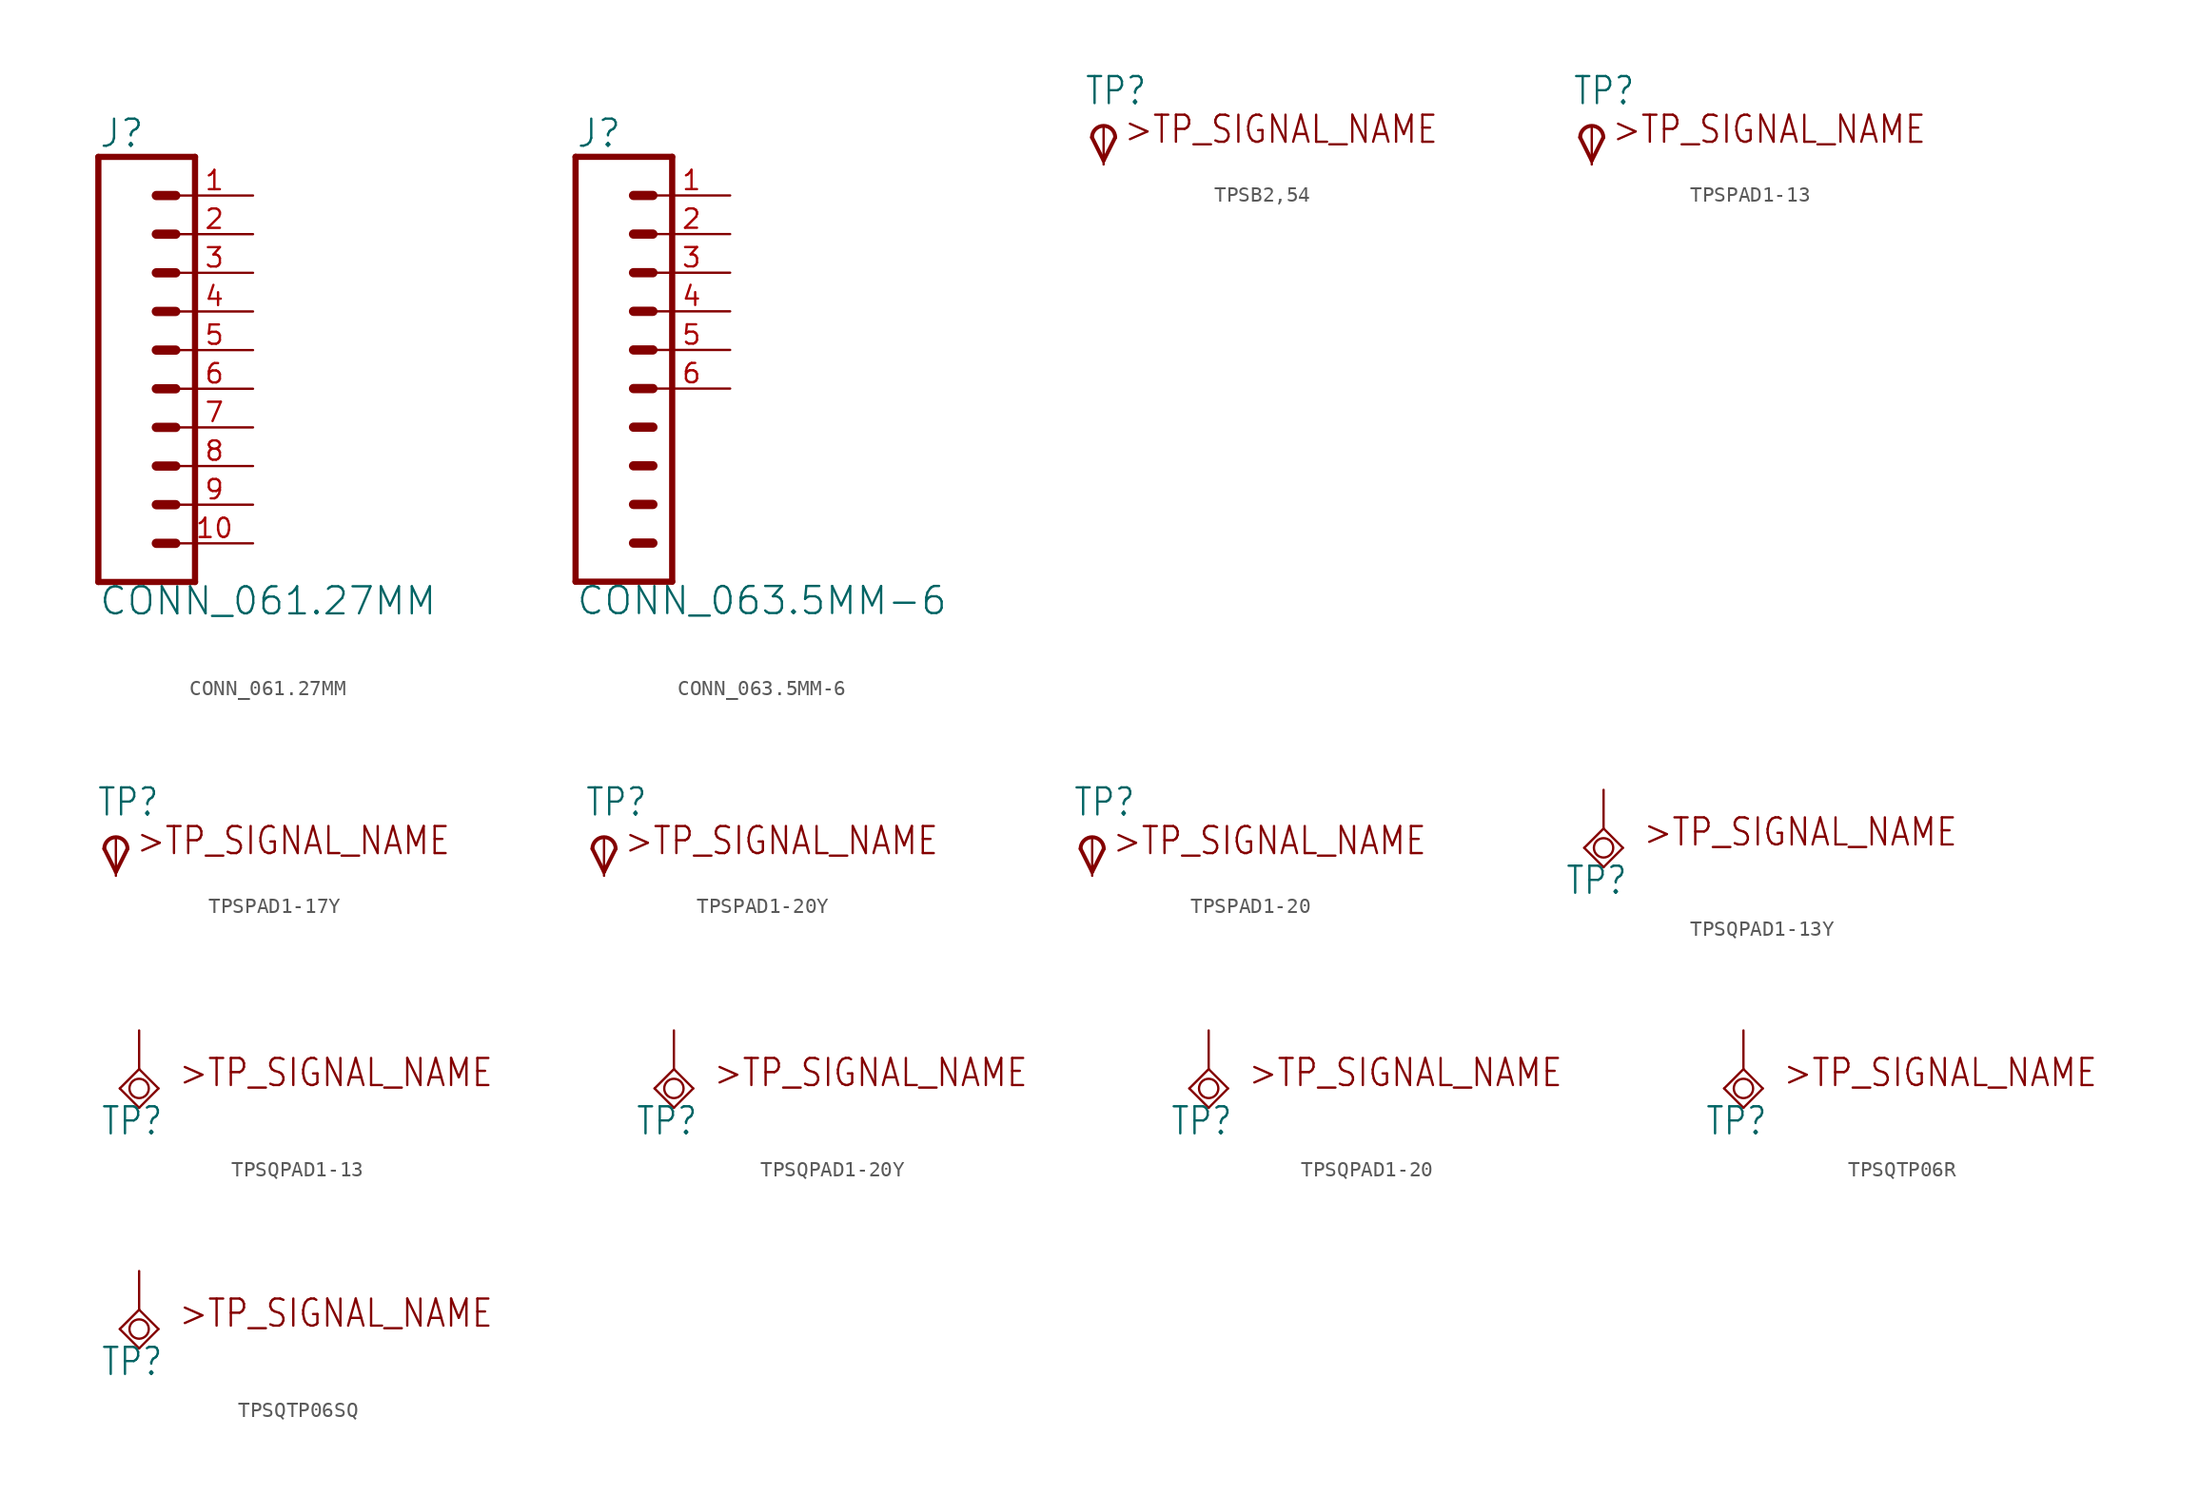
<source format=kicad_sym>
(kicad_symbol_lib
  (version 20211014)
  (generator kicad_symbol_editor)
  (symbol "CONN_061.27MM"
    (property "Reference" "J"
      (at -2.54 15.748 0)
      (effects (font (size 1.778 1.778)) (justify left bottom)))
    (property "Value" "CONN_061.27MM"
      (at -2.54 -14.986 0)
      (effects (font (size 1.778 1.778)) (justify left bottom)))
    (property "ki_locked" ""
      (at 0 0 0)
      (effects (font (size 1.27 1.27))))
    (symbol "CONN_061.27MM_1_0"
      (polyline (pts (xy -2.54 15.24) (xy -2.54 -12.7)) (stroke (width 0.406) (type default) (color 0 0 0 0)) (fill (type none)))
      (polyline (pts (xy -2.54 15.24) (xy 3.81 15.24)) (stroke (width 0.406) (type default) (color 0 0 0 0)) (fill (type none)))
      (polyline (pts (xy 1.27 -10.16) (xy 2.54 -10.16)) (stroke (width 0.61) (type default) (color 0 0 0 0)) (fill (type none)))
      (polyline (pts (xy 1.27 -7.62) (xy 2.54 -7.62)) (stroke (width 0.61) (type default) (color 0 0 0 0)) (fill (type none)))
      (polyline (pts (xy 1.27 -5.08) (xy 2.54 -5.08)) (stroke (width 0.61) (type default) (color 0 0 0 0)) (fill (type none)))
      (polyline (pts (xy 1.27 -2.54) (xy 2.54 -2.54)) (stroke (width 0.61) (type default) (color 0 0 0 0)) (fill (type none)))
      (polyline (pts (xy 1.27 0) (xy 2.54 0)) (stroke (width 0.61) (type default) (color 0 0 0 0)) (fill (type none)))
      (polyline (pts (xy 1.27 2.54) (xy 2.54 2.54)) (stroke (width 0.61) (type default) (color 0 0 0 0)) (fill (type none)))
      (polyline (pts (xy 1.27 5.08) (xy 2.54 5.08)) (stroke (width 0.61) (type default) (color 0 0 0 0)) (fill (type none)))
      (polyline (pts (xy 1.27 7.62) (xy 2.54 7.62)) (stroke (width 0.61) (type default) (color 0 0 0 0)) (fill (type none)))
      (polyline (pts (xy 1.27 10.16) (xy 2.54 10.16)) (stroke (width 0.61) (type default) (color 0 0 0 0)) (fill (type none)))
      (polyline (pts (xy 1.27 12.7) (xy 2.54 12.7)) (stroke (width 0.61) (type default) (color 0 0 0 0)) (fill (type none)))
      (polyline (pts (xy 3.81 -12.7) (xy -2.54 -12.7)) (stroke (width 0.406) (type default) (color 0 0 0 0)) (fill (type none)))
      (polyline (pts (xy 3.81 -12.7) (xy 3.81 15.24)) (stroke (width 0.406) (type default) (color 0 0 0 0)) (fill (type none)))
      (pin passive line (at 7.62 12.7 180) (length 5.08) (name "1" (effects (font (size 0 0)))) (number "1" (effects (font (size 1.27 1.27)))))
      (pin passive line (at 7.62 -10.16 180) (length 5.08) (name "10" (effects (font (size 0 0)))) (number "10" (effects (font (size 1.27 1.27)))))
      (pin passive line (at 7.62 10.16 180) (length 5.08) (name "2" (effects (font (size 0 0)))) (number "2" (effects (font (size 1.27 1.27)))))
      (pin passive line (at 7.62 7.62 180) (length 5.08) (name "3" (effects (font (size 0 0)))) (number "3" (effects (font (size 1.27 1.27)))))
      (pin passive line (at 7.62 5.08 180) (length 5.08) (name "4" (effects (font (size 0 0)))) (number "4" (effects (font (size 1.27 1.27)))))
      (pin passive line (at 7.62 2.54 180) (length 5.08) (name "5" (effects (font (size 0 0)))) (number "5" (effects (font (size 1.27 1.27)))))
      (pin passive line (at 7.62 0 180) (length 5.08) (name "6" (effects (font (size 0 0)))) (number "6" (effects (font (size 1.27 1.27)))))
      (pin passive line (at 7.62 -2.54 180) (length 5.08) (name "7" (effects (font (size 0 0)))) (number "7" (effects (font (size 1.27 1.27)))))
      (pin passive line (at 7.62 -5.08 180) (length 5.08) (name "8" (effects (font (size 0 0)))) (number "8" (effects (font (size 1.27 1.27)))))
      (pin passive line (at 7.62 -7.62 180) (length 5.08) (name "9" (effects (font (size 0 0)))) (number "9" (effects (font (size 1.27 1.27)))))))
  (symbol "CONN_063.5MM-6"
    (property "Reference" "J"
      (at -2.54 15.748 0)
      (effects (font (size 1.778 1.778)) (justify left bottom)))
    (property "Value" "CONN_063.5MM-6"
      (at -2.54 -14.986 0)
      (effects (font (size 1.778 1.778)) (justify left bottom)))
    (property "ki_locked" ""
      (at 0 0 0)
      (effects (font (size 1.27 1.27))))
    (symbol "CONN_063.5MM-6_1_0"
      (polyline (pts (xy -2.54 15.24) (xy -2.54 -12.7)) (stroke (width 0.406) (type default) (color 0 0 0 0)) (fill (type none)))
      (polyline (pts (xy -2.54 15.24) (xy 3.81 15.24)) (stroke (width 0.406) (type default) (color 0 0 0 0)) (fill (type none)))
      (polyline (pts (xy 1.27 -10.16) (xy 2.54 -10.16)) (stroke (width 0.61) (type default) (color 0 0 0 0)) (fill (type none)))
      (polyline (pts (xy 1.27 -7.62) (xy 2.54 -7.62)) (stroke (width 0.61) (type default) (color 0 0 0 0)) (fill (type none)))
      (polyline (pts (xy 1.27 -5.08) (xy 2.54 -5.08)) (stroke (width 0.61) (type default) (color 0 0 0 0)) (fill (type none)))
      (polyline (pts (xy 1.27 -2.54) (xy 2.54 -2.54)) (stroke (width 0.61) (type default) (color 0 0 0 0)) (fill (type none)))
      (polyline (pts (xy 1.27 0) (xy 2.54 0)) (stroke (width 0.61) (type default) (color 0 0 0 0)) (fill (type none)))
      (polyline (pts (xy 1.27 2.54) (xy 2.54 2.54)) (stroke (width 0.61) (type default) (color 0 0 0 0)) (fill (type none)))
      (polyline (pts (xy 1.27 5.08) (xy 2.54 5.08)) (stroke (width 0.61) (type default) (color 0 0 0 0)) (fill (type none)))
      (polyline (pts (xy 1.27 7.62) (xy 2.54 7.62)) (stroke (width 0.61) (type default) (color 0 0 0 0)) (fill (type none)))
      (polyline (pts (xy 1.27 10.16) (xy 2.54 10.16)) (stroke (width 0.61) (type default) (color 0 0 0 0)) (fill (type none)))
      (polyline (pts (xy 1.27 12.7) (xy 2.54 12.7)) (stroke (width 0.61) (type default) (color 0 0 0 0)) (fill (type none)))
      (polyline (pts (xy 3.81 -12.7) (xy -2.54 -12.7)) (stroke (width 0.406) (type default) (color 0 0 0 0)) (fill (type none)))
      (polyline (pts (xy 3.81 -12.7) (xy 3.81 15.24)) (stroke (width 0.406) (type default) (color 0 0 0 0)) (fill (type none)))
      (pin passive line (at 7.62 12.7 180) (length 5.08) (name "1" (effects (font (size 0 0)))) (number "1" (effects (font (size 1.27 1.27)))))
      (pin passive line (at 7.62 10.16 180) (length 5.08) (name "2" (effects (font (size 0 0)))) (number "2" (effects (font (size 1.27 1.27)))))
      (pin passive line (at 7.62 7.62 180) (length 5.08) (name "3" (effects (font (size 0 0)))) (number "3" (effects (font (size 1.27 1.27)))))
      (pin passive line (at 7.62 5.08 180) (length 5.08) (name "4" (effects (font (size 0 0)))) (number "4" (effects (font (size 1.27 1.27)))))
      (pin passive line (at 7.62 2.54 180) (length 5.08) (name "5" (effects (font (size 0 0)))) (number "5" (effects (font (size 1.27 1.27)))))
      (pin passive line (at 7.62 0 180) (length 5.08) (name "6" (effects (font (size 0 0)))) (number "6" (effects (font (size 1.27 1.27)))))))
  (symbol "TPSB2,54"
    (property "Reference" "TP"
      (at -1.27 1.27 0)
      (effects (font (size 1.778 1.511)) (justify left bottom)))
    (property "ki_locked" ""
      (at 0 0 0)
      (effects (font (size 1.27 1.27))))
    (symbol "TPSB2,54_1_0"
      (polyline (pts (xy 0 -2.286) (xy -0.762 -0.762)) (stroke (width 0.254) (type default) (color 0 0 0 0)) (fill (type none)))
      (polyline (pts (xy 0.762 -0.762) (xy 0 -2.286)) (stroke (width 0.254) (type default) (color 0 0 0 0)) (fill (type none)))
      (arc (start 0.762 -0.762) (mid 0 0) (end -0.762 -0.762) (stroke (width 0.254) (type default) (color 0 0 0 0)) (fill (type none)))
      (text ">TP_SIGNAL_NAME" (at 1.27 -1.27 0) (effects (font (size 1.778 1.511)) (justify left bottom)))
      (pin input line (at 0 -2.54 90) (length 2.54) (name "PP" (effects (font (size 0 0)))) (number "TP" (effects (font (size 0 0)))))))
  (symbol "TPSPAD1-13"
    (property "Reference" "TP"
      (at -1.27 1.27 0)
      (effects (font (size 1.778 1.511)) (justify left bottom)))
    (property "ki_locked" ""
      (at 0 0 0)
      (effects (font (size 1.27 1.27))))
    (symbol "TPSPAD1-13_1_0"
      (polyline (pts (xy 0 -2.286) (xy -0.762 -0.762)) (stroke (width 0.254) (type default) (color 0 0 0 0)) (fill (type none)))
      (polyline (pts (xy 0.762 -0.762) (xy 0 -2.286)) (stroke (width 0.254) (type default) (color 0 0 0 0)) (fill (type none)))
      (arc (start 0.762 -0.762) (mid 0 0) (end -0.762 -0.762) (stroke (width 0.254) (type default) (color 0 0 0 0)) (fill (type none)))
      (text ">TP_SIGNAL_NAME" (at 1.27 -1.27 0) (effects (font (size 1.778 1.511)) (justify left bottom)))
      (pin input line (at 0 -2.54 90) (length 2.54) (name "PP" (effects (font (size 0 0)))) (number "TP" (effects (font (size 0 0)))))))
  (symbol "TPSPAD1-17Y"
    (property "Reference" "TP"
      (at -1.27 1.27 0)
      (effects (font (size 1.778 1.511)) (justify left bottom)))
    (property "ki_locked" ""
      (at 0 0 0)
      (effects (font (size 1.27 1.27))))
    (symbol "TPSPAD1-17Y_1_0"
      (polyline (pts (xy 0 -2.286) (xy -0.762 -0.762)) (stroke (width 0.254) (type default) (color 0 0 0 0)) (fill (type none)))
      (polyline (pts (xy 0.762 -0.762) (xy 0 -2.286)) (stroke (width 0.254) (type default) (color 0 0 0 0)) (fill (type none)))
      (arc (start 0.762 -0.762) (mid 0 0) (end -0.762 -0.762) (stroke (width 0.254) (type default) (color 0 0 0 0)) (fill (type none)))
      (text ">TP_SIGNAL_NAME" (at 1.27 -1.27 0) (effects (font (size 1.778 1.511)) (justify left bottom)))
      (pin input line (at 0 -2.54 90) (length 2.54) (name "PP" (effects (font (size 0 0)))) (number "TP" (effects (font (size 0 0)))))))
  (symbol "TPSPAD1-20Y"
    (property "Reference" "TP"
      (at -1.27 1.27 0)
      (effects (font (size 1.778 1.511)) (justify left bottom)))
    (property "ki_locked" ""
      (at 0 0 0)
      (effects (font (size 1.27 1.27))))
    (symbol "TPSPAD1-20Y_1_0"
      (polyline (pts (xy 0 -2.286) (xy -0.762 -0.762)) (stroke (width 0.254) (type default) (color 0 0 0 0)) (fill (type none)))
      (polyline (pts (xy 0.762 -0.762) (xy 0 -2.286)) (stroke (width 0.254) (type default) (color 0 0 0 0)) (fill (type none)))
      (arc (start 0.762 -0.762) (mid 0 0) (end -0.762 -0.762) (stroke (width 0.254) (type default) (color 0 0 0 0)) (fill (type none)))
      (text ">TP_SIGNAL_NAME" (at 1.27 -1.27 0) (effects (font (size 1.778 1.511)) (justify left bottom)))
      (pin input line (at 0 -2.54 90) (length 2.54) (name "PP" (effects (font (size 0 0)))) (number "TP" (effects (font (size 0 0)))))))
  (symbol "TPSPAD1-20"
    (property "Reference" "TP"
      (at -1.27 1.27 0)
      (effects (font (size 1.778 1.511)) (justify left bottom)))
    (property "ki_locked" ""
      (at 0 0 0)
      (effects (font (size 1.27 1.27))))
    (symbol "TPSPAD1-20_1_0"
      (polyline (pts (xy 0 -2.286) (xy -0.762 -0.762)) (stroke (width 0.254) (type default) (color 0 0 0 0)) (fill (type none)))
      (polyline (pts (xy 0.762 -0.762) (xy 0 -2.286)) (stroke (width 0.254) (type default) (color 0 0 0 0)) (fill (type none)))
      (arc (start 0.762 -0.762) (mid 0 0) (end -0.762 -0.762) (stroke (width 0.254) (type default) (color 0 0 0 0)) (fill (type none)))
      (text ">TP_SIGNAL_NAME" (at 1.27 -1.27 0) (effects (font (size 1.778 1.511)) (justify left bottom)))
      (pin input line (at 0 -2.54 90) (length 2.54) (name "PP" (effects (font (size 0 0)))) (number "TP" (effects (font (size 0 0)))))))
  (symbol "TPSQPAD1-13Y"
    (property "Reference" "TP"
      (at -2.54 -4.445 0)
      (effects (font (size 1.778 1.511)) (justify left bottom)))
    (property "ki_locked" ""
      (at 0 0 0)
      (effects (font (size 1.27 1.27))))
    (symbol "TPSQPAD1-13Y_1_0"
      (circle (center 0 -1.27) (radius 0.635) (stroke (width 0.152) (type default) (color 0 0 0 0)) (fill (type none)))
      (polyline (pts (xy -1.27 -1.27) (xy 0 -2.54)) (stroke (width 0.152) (type default) (color 0 0 0 0)) (fill (type none)))
      (polyline (pts (xy 0 -2.54) (xy 1.27 -1.27)) (stroke (width 0.152) (type default) (color 0 0 0 0)) (fill (type none)))
      (polyline (pts (xy 0 0) (xy -1.27 -1.27)) (stroke (width 0.152) (type default) (color 0 0 0 0)) (fill (type none)))
      (polyline (pts (xy 1.27 -1.27) (xy 0 0)) (stroke (width 0.152) (type default) (color 0 0 0 0)) (fill (type none)))
      (text ">TP_SIGNAL_NAME" (at 2.54 -1.27 0) (effects (font (size 1.778 1.511)) (justify left bottom)))
      (pin input line (at 0 2.54 270) (length 2.54) (name "TP" (effects (font (size 0 0)))) (number "TP" (effects (font (size 0 0)))))))
  (symbol "TPSQPAD1-13"
    (property "Reference" "TP"
      (at -2.54 -4.445 0)
      (effects (font (size 1.778 1.511)) (justify left bottom)))
    (property "ki_locked" ""
      (at 0 0 0)
      (effects (font (size 1.27 1.27))))
    (symbol "TPSQPAD1-13_1_0"
      (circle (center 0 -1.27) (radius 0.635) (stroke (width 0.152) (type default) (color 0 0 0 0)) (fill (type none)))
      (polyline (pts (xy -1.27 -1.27) (xy 0 -2.54)) (stroke (width 0.152) (type default) (color 0 0 0 0)) (fill (type none)))
      (polyline (pts (xy 0 -2.54) (xy 1.27 -1.27)) (stroke (width 0.152) (type default) (color 0 0 0 0)) (fill (type none)))
      (polyline (pts (xy 0 0) (xy -1.27 -1.27)) (stroke (width 0.152) (type default) (color 0 0 0 0)) (fill (type none)))
      (polyline (pts (xy 1.27 -1.27) (xy 0 0)) (stroke (width 0.152) (type default) (color 0 0 0 0)) (fill (type none)))
      (text ">TP_SIGNAL_NAME" (at 2.54 -1.27 0) (effects (font (size 1.778 1.511)) (justify left bottom)))
      (pin input line (at 0 2.54 270) (length 2.54) (name "TP" (effects (font (size 0 0)))) (number "TP" (effects (font (size 0 0)))))))
  (symbol "TPSQPAD1-20Y"
    (property "Reference" "TP"
      (at -2.54 -4.445 0)
      (effects (font (size 1.778 1.511)) (justify left bottom)))
    (property "ki_locked" ""
      (at 0 0 0)
      (effects (font (size 1.27 1.27))))
    (symbol "TPSQPAD1-20Y_1_0"
      (circle (center 0 -1.27) (radius 0.635) (stroke (width 0.152) (type default) (color 0 0 0 0)) (fill (type none)))
      (polyline (pts (xy -1.27 -1.27) (xy 0 -2.54)) (stroke (width 0.152) (type default) (color 0 0 0 0)) (fill (type none)))
      (polyline (pts (xy 0 -2.54) (xy 1.27 -1.27)) (stroke (width 0.152) (type default) (color 0 0 0 0)) (fill (type none)))
      (polyline (pts (xy 0 0) (xy -1.27 -1.27)) (stroke (width 0.152) (type default) (color 0 0 0 0)) (fill (type none)))
      (polyline (pts (xy 1.27 -1.27) (xy 0 0)) (stroke (width 0.152) (type default) (color 0 0 0 0)) (fill (type none)))
      (text ">TP_SIGNAL_NAME" (at 2.54 -1.27 0) (effects (font (size 1.778 1.511)) (justify left bottom)))
      (pin input line (at 0 2.54 270) (length 2.54) (name "TP" (effects (font (size 0 0)))) (number "TP" (effects (font (size 0 0)))))))
  (symbol "TPSQPAD1-20"
    (property "Reference" "TP"
      (at -2.54 -4.445 0)
      (effects (font (size 1.778 1.511)) (justify left bottom)))
    (property "ki_locked" ""
      (at 0 0 0)
      (effects (font (size 1.27 1.27))))
    (symbol "TPSQPAD1-20_1_0"
      (circle (center 0 -1.27) (radius 0.635) (stroke (width 0.152) (type default) (color 0 0 0 0)) (fill (type none)))
      (polyline (pts (xy -1.27 -1.27) (xy 0 -2.54)) (stroke (width 0.152) (type default) (color 0 0 0 0)) (fill (type none)))
      (polyline (pts (xy 0 -2.54) (xy 1.27 -1.27)) (stroke (width 0.152) (type default) (color 0 0 0 0)) (fill (type none)))
      (polyline (pts (xy 0 0) (xy -1.27 -1.27)) (stroke (width 0.152) (type default) (color 0 0 0 0)) (fill (type none)))
      (polyline (pts (xy 1.27 -1.27) (xy 0 0)) (stroke (width 0.152) (type default) (color 0 0 0 0)) (fill (type none)))
      (text ">TP_SIGNAL_NAME" (at 2.54 -1.27 0) (effects (font (size 1.778 1.511)) (justify left bottom)))
      (pin input line (at 0 2.54 270) (length 2.54) (name "TP" (effects (font (size 0 0)))) (number "TP" (effects (font (size 0 0)))))))
  (symbol "TPSQTP06R"
    (property "Reference" "TP"
      (at -2.54 -4.445 0)
      (effects (font (size 1.778 1.511)) (justify left bottom)))
    (property "ki_locked" ""
      (at 0 0 0)
      (effects (font (size 1.27 1.27))))
    (symbol "TPSQTP06R_1_0"
      (circle (center 0 -1.27) (radius 0.635) (stroke (width 0.152) (type default) (color 0 0 0 0)) (fill (type none)))
      (polyline (pts (xy -1.27 -1.27) (xy 0 -2.54)) (stroke (width 0.152) (type default) (color 0 0 0 0)) (fill (type none)))
      (polyline (pts (xy 0 -2.54) (xy 1.27 -1.27)) (stroke (width 0.152) (type default) (color 0 0 0 0)) (fill (type none)))
      (polyline (pts (xy 0 0) (xy -1.27 -1.27)) (stroke (width 0.152) (type default) (color 0 0 0 0)) (fill (type none)))
      (polyline (pts (xy 1.27 -1.27) (xy 0 0)) (stroke (width 0.152) (type default) (color 0 0 0 0)) (fill (type none)))
      (text ">TP_SIGNAL_NAME" (at 2.54 -1.27 0) (effects (font (size 1.778 1.511)) (justify left bottom)))
      (pin input line (at 0 2.54 270) (length 2.54) (name "TP" (effects (font (size 0 0)))) (number "TP" (effects (font (size 0 0)))))))
  (symbol "TPSQTP06SQ"
    (property "Reference" "TP"
      (at -2.54 -4.445 0)
      (effects (font (size 1.778 1.511)) (justify left bottom)))
    (property "ki_locked" ""
      (at 0 0 0)
      (effects (font (size 1.27 1.27))))
    (symbol "TPSQTP06SQ_1_0"
      (circle (center 0 -1.27) (radius 0.635) (stroke (width 0.152) (type default) (color 0 0 0 0)) (fill (type none)))
      (polyline (pts (xy -1.27 -1.27) (xy 0 -2.54)) (stroke (width 0.152) (type default) (color 0 0 0 0)) (fill (type none)))
      (polyline (pts (xy 0 -2.54) (xy 1.27 -1.27)) (stroke (width 0.152) (type default) (color 0 0 0 0)) (fill (type none)))
      (polyline (pts (xy 0 0) (xy -1.27 -1.27)) (stroke (width 0.152) (type default) (color 0 0 0 0)) (fill (type none)))
      (polyline (pts (xy 1.27 -1.27) (xy 0 0)) (stroke (width 0.152) (type default) (color 0 0 0 0)) (fill (type none)))
      (text ">TP_SIGNAL_NAME" (at 2.54 -1.27 0) (effects (font (size 1.778 1.511)) (justify left bottom)))
      (pin input line (at 0 2.54 270) (length 2.54) (name "TP" (effects (font (size 0 0)))) (number "TP" (effects (font (size 0 0))))))))
</source>
